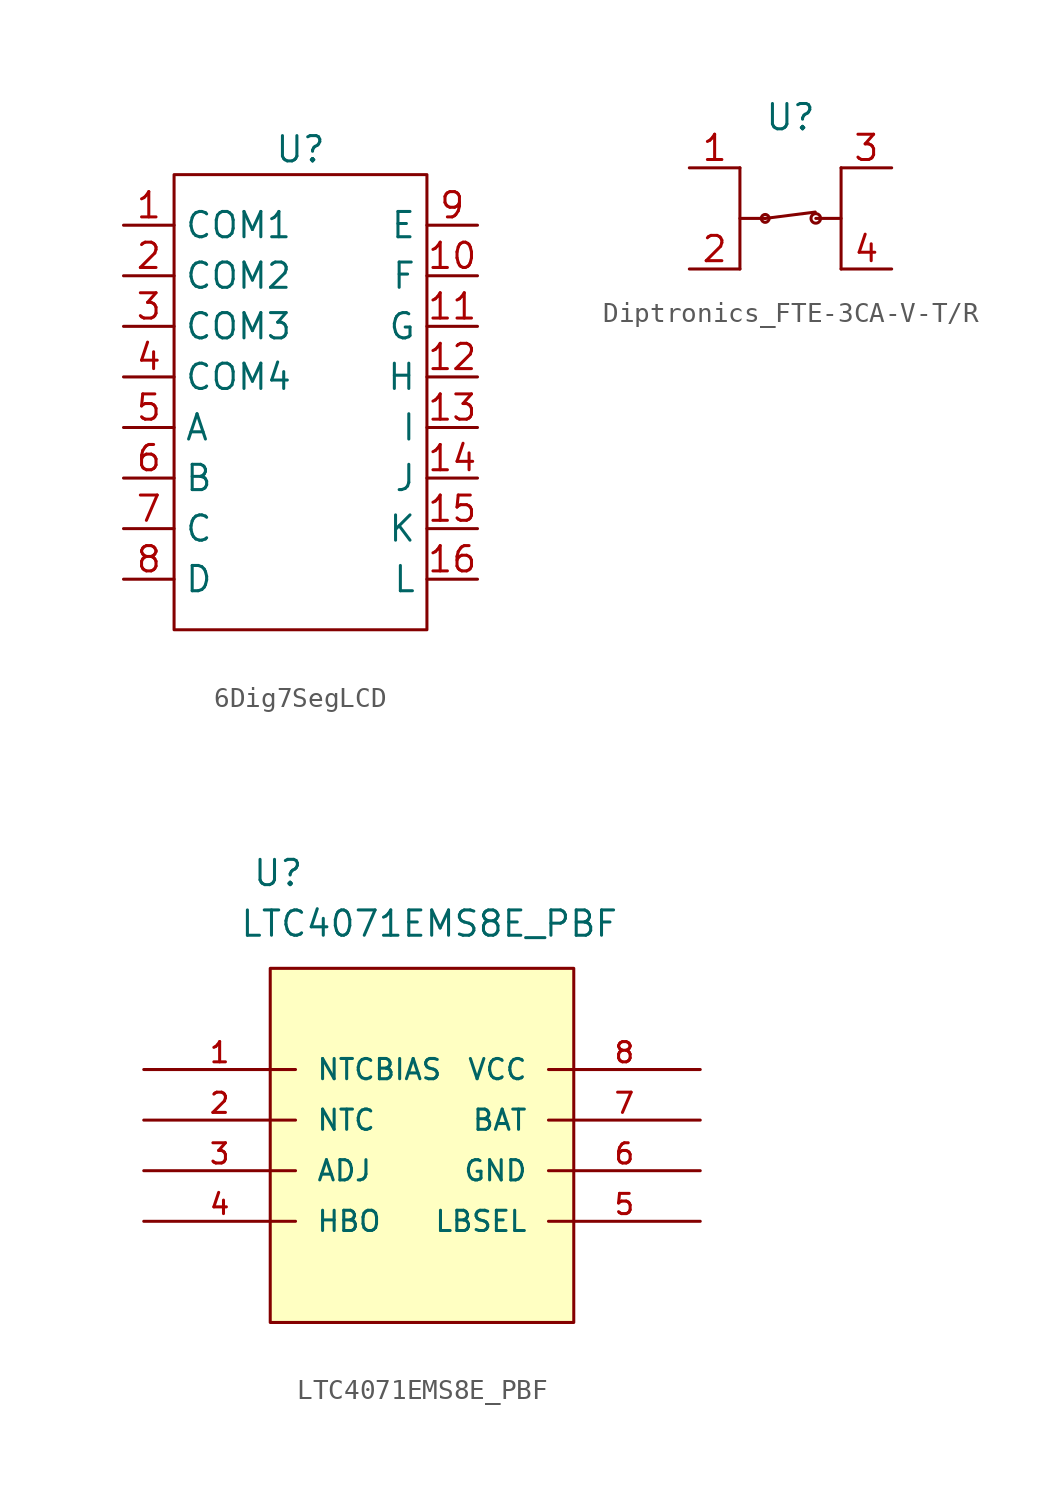
<source format=kicad_sym>
(kicad_symbol_lib
  (version 20220914)
  (generator kicad_symbol_editor)
  (symbol "6Dig7SegLCD"
    (property "Reference" "U"
      (at 0 12.7 0)
      (effects (font (size 1.27 1.27))))
    (property "Value" ""
      (at 7.62 -1.27 0)
      (effects (font (size 1.27 1.27))))
    (symbol "6Dig7SegLCD_0_1"
      (rectangle (start -6.35 11.43) (end 6.35 -11.43) (stroke (width 0) (type default)) (fill (type none))))
    (symbol "6Dig7SegLCD_1_1"
      (pin input line (at -8.89 8.89 0) (length 2.54) (name "COM1" (effects (font (size 1.27 1.27)))) (number "1" (effects (font (size 1.27 1.27)))))
      (pin input line (at 8.89 6.35 180) (length 2.54) (name "F" (effects (font (size 1.27 1.27)))) (number "10" (effects (font (size 1.27 1.27)))))
      (pin input line (at 8.89 3.81 180) (length 2.54) (name "G" (effects (font (size 1.27 1.27)))) (number "11" (effects (font (size 1.27 1.27)))))
      (pin input line (at 8.89 1.27 180) (length 2.54) (name "H" (effects (font (size 1.27 1.27)))) (number "12" (effects (font (size 1.27 1.27)))))
      (pin input line (at 8.89 -1.27 180) (length 2.54) (name "I" (effects (font (size 1.27 1.27)))) (number "13" (effects (font (size 1.27 1.27)))))
      (pin input line (at 8.89 -3.81 180) (length 2.54) (name "J" (effects (font (size 1.27 1.27)))) (number "14" (effects (font (size 1.27 1.27)))))
      (pin input line (at 8.89 -6.35 180) (length 2.54) (name "K" (effects (font (size 1.27 1.27)))) (number "15" (effects (font (size 1.27 1.27)))))
      (pin input line (at 8.89 -8.89 180) (length 2.54) (name "L" (effects (font (size 1.27 1.27)))) (number "16" (effects (font (size 1.27 1.27)))))
      (pin input line (at -8.89 6.35 0) (length 2.54) (name "COM2" (effects (font (size 1.27 1.27)))) (number "2" (effects (font (size 1.27 1.27)))))
      (pin input line (at -8.89 3.81 0) (length 2.54) (name "COM3" (effects (font (size 1.27 1.27)))) (number "3" (effects (font (size 1.27 1.27)))))
      (pin input line (at -8.89 1.27 0) (length 2.54) (name "COM4" (effects (font (size 1.27 1.27)))) (number "4" (effects (font (size 1.27 1.27)))))
      (pin input line (at -8.89 -1.27 0) (length 2.54) (name "A" (effects (font (size 1.27 1.27)))) (number "5" (effects (font (size 1.27 1.27)))))
      (pin input line (at -8.89 -3.81 0) (length 2.54) (name "B" (effects (font (size 1.27 1.27)))) (number "6" (effects (font (size 1.27 1.27)))))
      (pin input line (at -8.89 -6.35 0) (length 2.54) (name "C" (effects (font (size 1.27 1.27)))) (number "7" (effects (font (size 1.27 1.27)))))
      (pin input line (at -8.89 -8.89 0) (length 2.54) (name "D" (effects (font (size 1.27 1.27)))) (number "8" (effects (font (size 1.27 1.27)))))
      (pin input line (at 8.89 8.89 180) (length 2.54) (name "E" (effects (font (size 1.27 1.27)))) (number "9" (effects (font (size 1.27 1.27)))))))
  (symbol "Diptronics_FTE-3CA-V-T/R"
    (property "Reference" "U"
      (at 0 3.81 0)
      (effects (font (size 1.27 1.27))))
    (property "Value" ""
      (at 0 0 0)
      (effects (font (size 1.27 1.27))))
    (symbol "Diptronics_FTE-3CA-V-T/R_0_1"
      (circle (center -1.27 -1.27) (radius 0.198) (stroke (width 0) (type default)) (fill (type none)))
      (polyline (pts (xy -2.54 -1.27) (xy -1.27 -1.27)) (stroke (width 0) (type default)) (fill (type none)))
      (polyline (pts (xy -2.54 1.27) (xy -2.54 -3.81)) (stroke (width 0) (type default)) (fill (type none)))
      (polyline (pts (xy -1.27 -1.27) (xy 1.244 -0.951)) (stroke (width 0) (type default)) (fill (type none)))
      (polyline (pts (xy 2.54 -1.27) (xy 1.27 -1.27)) (stroke (width 0) (type default)) (fill (type none)))
      (polyline (pts (xy 2.54 1.27) (xy 2.54 -3.81)) (stroke (width 0) (type default)) (fill (type none)))
      (circle (center 1.27 -1.27) (radius 0.24) (stroke (width 0) (type default)) (fill (type none))))
    (symbol "Diptronics_FTE-3CA-V-T/R_1_1"
      (pin passive line (at -5.08 1.27 0) (length 2.54) (name "" (effects (font (size 1.27 1.27)))) (number "1" (effects (font (size 1.27 1.27)))))
      (pin passive line (at -5.08 -3.81 0) (length 2.54) (name "" (effects (font (size 1.27 1.27)))) (number "2" (effects (font (size 1.27 1.27)))))
      (pin passive line (at 5.08 1.27 180) (length 2.54) (name "" (effects (font (size 1.27 1.27)))) (number "3" (effects (font (size 1.27 1.27)))))
      (pin passive line (at 5.08 -3.81 180) (length 2.54) (name "" (effects (font (size 1.27 1.27)))) (number "4" (effects (font (size 1.27 1.27)))))))
  (symbol "LTC4071EMS8E_PBF"
    (pin_names
      (offset 1.016))
    (property "Reference" "U"
      (at 30.836 9.119 0)
      (effects (font (size 1.27 1.27)) (justify left bottom)))
    (property "Value" "LTC4071EMS8E_PBF"
      (at 30.201 6.579 0)
      (effects (font (size 1.27 1.27)) (justify left bottom)))
    (symbol "LTC4071EMS8E_PBF_0_0"
      (rectangle (start 31.75 5.08) (end 46.99 -12.7) (stroke (width 0.152) (type default)) (fill (type background)))
      (pin passive line (at 25.4 0 0) (length 7.62) (name "NTCBIAS" (effects (font (size 1.016 1.016)))) (number "1" (effects (font (size 1.016 1.016)))))
      (pin input line (at 25.4 -2.54 0) (length 7.62) (name "NTC" (effects (font (size 1.016 1.016)))) (number "2" (effects (font (size 1.016 1.016)))))
      (pin passive line (at 25.4 -5.08 0) (length 7.62) (name "ADJ" (effects (font (size 1.016 1.016)))) (number "3" (effects (font (size 1.016 1.016)))))
      (pin output line (at 25.4 -7.62 0) (length 7.62) (name "HBO" (effects (font (size 1.016 1.016)))) (number "4" (effects (font (size 1.016 1.016)))))
      (pin passive line (at 53.34 -7.62 180) (length 7.62) (name "LBSEL" (effects (font (size 1.016 1.016)))) (number "5" (effects (font (size 1.016 1.016)))))
      (pin power_in line (at 53.34 -5.08 180) (length 7.62) (name "GND" (effects (font (size 1.016 1.016)))) (number "6" (effects (font (size 1.016 1.016)))))
      (pin passive line (at 53.34 -2.54 180) (length 7.62) (name "BAT" (effects (font (size 1.016 1.016)))) (number "7" (effects (font (size 1.016 1.016)))))
      (pin power_in line (at 53.34 0 180) (length 7.62) (name "VCC" (effects (font (size 1.016 1.016)))) (number "8" (effects (font (size 1.016 1.016))))))))
</source>
